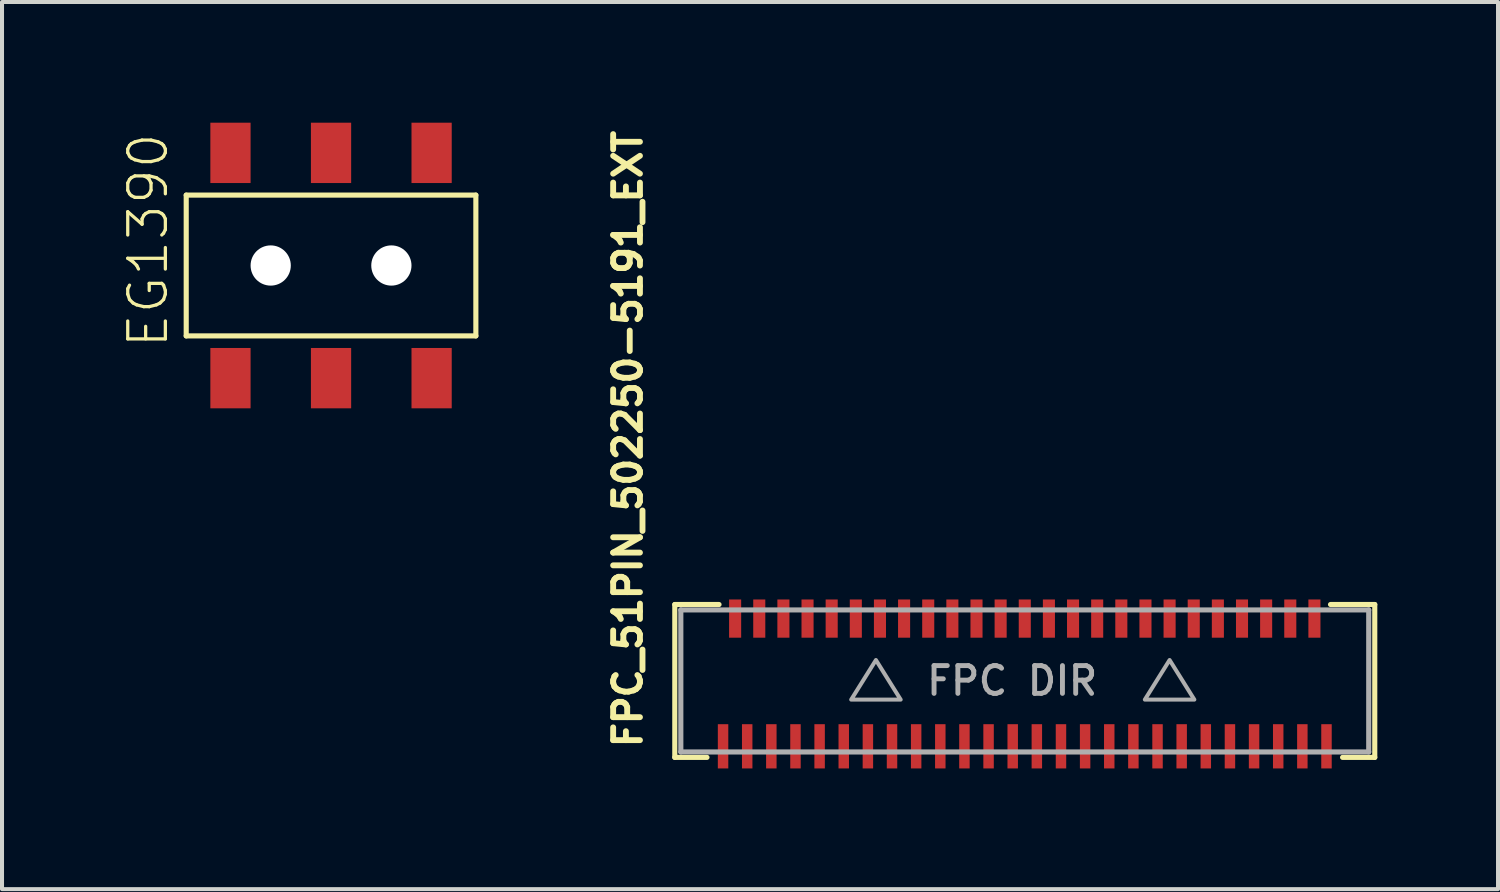
<source format=kicad_pcb>
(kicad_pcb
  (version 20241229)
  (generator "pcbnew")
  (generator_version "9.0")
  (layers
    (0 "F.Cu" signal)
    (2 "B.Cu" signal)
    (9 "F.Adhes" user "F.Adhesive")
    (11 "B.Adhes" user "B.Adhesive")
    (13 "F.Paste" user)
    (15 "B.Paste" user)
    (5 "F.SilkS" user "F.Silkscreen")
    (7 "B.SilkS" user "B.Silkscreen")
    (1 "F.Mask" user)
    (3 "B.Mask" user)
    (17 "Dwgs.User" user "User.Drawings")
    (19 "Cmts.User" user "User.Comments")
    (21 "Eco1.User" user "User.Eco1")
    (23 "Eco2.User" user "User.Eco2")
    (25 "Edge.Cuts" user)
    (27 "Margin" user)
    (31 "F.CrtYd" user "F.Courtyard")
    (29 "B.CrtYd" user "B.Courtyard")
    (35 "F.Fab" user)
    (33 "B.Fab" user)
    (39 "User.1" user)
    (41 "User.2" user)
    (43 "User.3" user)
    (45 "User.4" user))
  (footprint "EG1390"
    (layer "F.Cu")
    (at 5.179 3.55)
    (property "Reference" "EG1390" (at -4 2.1 90) (layer "F.SilkS") (effects (font (size 0.935 0.935) (thickness 0.081)) (justify left bottom)))
    (fp_line (start -3.6 -1.75) (end 3.6 -1.75) (stroke (width 0.127) (type solid)) (layer "F.SilkS"))
    (fp_line (start -3.6 1.75) (end -3.6 -1.75) (stroke (width 0.127) (type solid)) (layer "F.SilkS"))
    (fp_line (start 3.6 -1.75) (end 3.6 1.75) (stroke (width 0.127) (type solid)) (layer "F.SilkS"))
    (fp_line (start 3.6 1.75) (end -3.6 1.75) (stroke (width 0.127) (type solid)) (layer "F.SilkS"))
    (pad "" np_thru_hole circle (at -1.5 0) (size 1 1) (drill 1) (layers "*.Cu" "*.Mask"))
    (pad "" np_thru_hole circle (at 1.5 0) (size 1 1) (drill 1) (layers "*.Cu" "*.Mask"))
    (pad "O1" smd rect (at -2.5 -2.8) (size 1 1.5) (layers "F.Cu" "F.Mask" "F.Paste"))
    (pad "O2" smd rect (at -2.5 2.8) (size 1 1.5) (layers "F.Cu" "F.Mask" "F.Paste"))
    (pad "P1" smd rect (at 0 -2.8) (size 1 1.5) (layers "F.Cu" "F.Mask" "F.Paste"))
    (pad "P2" smd rect (at 0 2.8) (size 1 1.5) (layers "F.Cu" "F.Mask" "F.Paste"))
    (pad "S1" smd rect (at 2.5 -2.8) (size 1 1.5) (layers "F.Cu" "F.Mask" "F.Paste"))
    (pad "S2" smd rect (at 2.5 2.8) (size 1 1.5) (layers "F.Cu" "F.Mask" "F.Paste")))
  (footprint "FPC_51PIN_502250-5191_EXT"
    (layer "F.Cu")
    (at 22.424 13.877)
    (property "Reference" "FPC_51PIN_502250-5191_EXT" (at -9.477 1.726 90) (layer "F.SilkS") (effects (font (size 0.666 0.666) (thickness 0.146)) (justify left bottom)))
    (fp_line (start -8.7 -1.9) (end -8.7 1.9) (stroke (width 0.127) (type solid)) (layer "F.SilkS"))
    (fp_line (start -8.7 1.9) (end -7.9 1.9) (stroke (width 0.127) (type solid)) (layer "F.SilkS"))
    (fp_line (start -7.6 -1.9) (end -8.7 -1.9) (stroke (width 0.127) (type solid)) (layer "F.SilkS"))
    (fp_line (start 7.6 -1.9) (end 8.7 -1.9) (stroke (width 0.127) (type solid)) (layer "F.SilkS"))
    (fp_line (start 8.7 -1.9) (end 8.7 1.9) (stroke (width 0.127) (type solid)) (layer "F.SilkS"))
    (fp_line (start 8.7 1.9) (end 7.9 1.9) (stroke (width 0.127) (type solid)) (layer "F.SilkS"))
    (fp_line (start -8.55 -1.765) (end 8.55 -1.765) (stroke (width 0.127) (type solid)) (layer "F.Fab"))
    (fp_line (start -8.55 1.765) (end -8.55 -1.765) (stroke (width 0.127) (type solid)) (layer "F.Fab"))
    (fp_line (start 8.55 -1.765) (end 8.55 1.765) (stroke (width 0.127) (type solid)) (layer "F.Fab"))
    (fp_line (start 8.55 1.765) (end -8.55 1.765) (stroke (width 0.127) (type solid)) (layer "F.Fab"))
    (fp_poly (pts (xy -3.085 0.464) (xy -4.315 0.464) (xy -3.7 -0.52)) (stroke (width 0.1) (type default)) (fill no) (layer "F.Fab"))
    (fp_poly (pts (xy 4.215 0.464) (xy 2.985 0.464) (xy 3.6 -0.52)) (stroke (width 0.1) (type default)) (fill no) (layer "F.Fab"))
    (fp_text user "FPC DIR" (at -2.5 0.4 0) (layer "F.Fab") (effects (font (size 0.691 0.691) (thickness 0.122)) (justify left bottom)))
    (pad "1" smd rect (at 7.5 1.625) (size 0.26 1.1) (layers "F.Cu" "F.Mask" "F.Paste"))
    (pad "2" smd rect (at 7.2 -1.55) (size 0.3 0.95) (layers "F.Cu" "F.Mask" "F.Paste"))
    (pad "3" smd rect (at 6.9 1.625) (size 0.26 1.1) (layers "F.Cu" "F.Mask" "F.Paste"))
    (pad "4" smd rect (at 6.6 -1.55) (size 0.3 0.95) (layers "F.Cu" "F.Mask" "F.Paste"))
    (pad "5" smd rect (at 6.3 1.625) (size 0.26 1.1) (layers "F.Cu" "F.Mask" "F.Paste"))
    (pad "6" smd rect (at 6 -1.55) (size 0.3 0.95) (layers "F.Cu" "F.Mask" "F.Paste"))
    (pad "7" smd rect (at 5.7 1.625) (size 0.26 1.1) (layers "F.Cu" "F.Mask" "F.Paste"))
    (pad "8" smd rect (at 5.4 -1.55) (size 0.3 0.95) (layers "F.Cu" "F.Mask" "F.Paste"))
    (pad "9" smd rect (at 5.1 1.625) (size 0.26 1.1) (layers "F.Cu" "F.Mask" "F.Paste"))
    (pad "10" smd rect (at 4.8 -1.55) (size 0.3 0.95) (layers "F.Cu" "F.Mask" "F.Paste"))
    (pad "11" smd rect (at 4.5 1.625) (size 0.26 1.1) (layers "F.Cu" "F.Mask" "F.Paste"))
    (pad "12" smd rect (at 4.2 -1.55) (size 0.3 0.95) (layers "F.Cu" "F.Mask" "F.Paste"))
    (pad "13" smd rect (at 3.9 1.625) (size 0.26 1.1) (layers "F.Cu" "F.Mask" "F.Paste"))
    (pad "14" smd rect (at 3.6 -1.55) (size 0.3 0.95) (layers "F.Cu" "F.Mask" "F.Paste"))
    (pad "15" smd rect (at 3.3 1.625) (size 0.26 1.1) (layers "F.Cu" "F.Mask" "F.Paste"))
    (pad "16" smd rect (at 3 -1.55) (size 0.3 0.95) (layers "F.Cu" "F.Mask" "F.Paste"))
    (pad "17" smd rect (at 2.7 1.625) (size 0.26 1.1) (layers "F.Cu" "F.Mask" "F.Paste"))
    (pad "18" smd rect (at 2.4 -1.55) (size 0.3 0.95) (layers "F.Cu" "F.Mask" "F.Paste"))
    (pad "19" smd rect (at 2.1 1.625) (size 0.26 1.1) (layers "F.Cu" "F.Mask" "F.Paste"))
    (pad "20" smd rect (at 1.8 -1.55) (size 0.3 0.95) (layers "F.Cu" "F.Mask" "F.Paste"))
    (pad "21" smd rect (at 1.5 1.625) (size 0.26 1.1) (layers "F.Cu" "F.Mask" "F.Paste"))
    (pad "22" smd rect (at 1.2 -1.55) (size 0.3 0.95) (layers "F.Cu" "F.Mask" "F.Paste"))
    (pad "23" smd rect (at 0.9 1.625) (size 0.26 1.1) (layers "F.Cu" "F.Mask" "F.Paste"))
    (pad "24" smd rect (at 0.6 -1.55) (size 0.3 0.95) (layers "F.Cu" "F.Mask" "F.Paste"))
    (pad "25" smd rect (at 0.3 1.625) (size 0.26 1.1) (layers "F.Cu" "F.Mask" "F.Paste"))
    (pad "26" smd rect (at 0 -1.55) (size 0.3 0.95) (layers "F.Cu" "F.Mask" "F.Paste"))
    (pad "27" smd rect (at -0.3 1.625) (size 0.26 1.1) (layers "F.Cu" "F.Mask" "F.Paste"))
    (pad "28" smd rect (at -0.6 -1.55) (size 0.3 0.95) (layers "F.Cu" "F.Mask" "F.Paste"))
    (pad "29" smd rect (at -0.9 1.625) (size 0.26 1.1) (layers "F.Cu" "F.Mask" "F.Paste"))
    (pad "30" smd rect (at -1.2 -1.55) (size 0.3 0.95) (layers "F.Cu" "F.Mask" "F.Paste"))
    (pad "31" smd rect (at -1.5 1.625) (size 0.26 1.1) (layers "F.Cu" "F.Mask" "F.Paste"))
    (pad "32" smd rect (at -1.8 -1.55) (size 0.3 0.95) (layers "F.Cu" "F.Mask" "F.Paste"))
    (pad "33" smd rect (at -2.1 1.625) (size 0.26 1.1) (layers "F.Cu" "F.Mask" "F.Paste"))
    (pad "34" smd rect (at -2.4 -1.55) (size 0.3 0.95) (layers "F.Cu" "F.Mask" "F.Paste"))
    (pad "35" smd rect (at -2.7 1.625) (size 0.26 1.1) (layers "F.Cu" "F.Mask" "F.Paste"))
    (pad "36" smd rect (at -3 -1.55) (size 0.3 0.95) (layers "F.Cu" "F.Mask" "F.Paste"))
    (pad "37" smd rect (at -3.3 1.625) (size 0.26 1.1) (layers "F.Cu" "F.Mask" "F.Paste"))
    (pad "38" smd rect (at -3.6 -1.55) (size 0.3 0.95) (layers "F.Cu" "F.Mask" "F.Paste"))
    (pad "39" smd rect (at -3.9 1.625) (size 0.26 1.1) (layers "F.Cu" "F.Mask" "F.Paste"))
    (pad "40" smd rect (at -4.2 -1.55) (size 0.3 0.95) (layers "F.Cu" "F.Mask" "F.Paste"))
    (pad "41" smd rect (at -4.5 1.625) (size 0.26 1.1) (layers "F.Cu" "F.Mask" "F.Paste"))
    (pad "42" smd rect (at -4.8 -1.55) (size 0.3 0.95) (layers "F.Cu" "F.Mask" "F.Paste"))
    (pad "43" smd rect (at -5.1 1.625) (size 0.26 1.1) (layers "F.Cu" "F.Mask" "F.Paste"))
    (pad "44" smd rect (at -5.4 -1.55) (size 0.3 0.95) (layers "F.Cu" "F.Mask" "F.Paste"))
    (pad "45" smd rect (at -5.7 1.625) (size 0.26 1.1) (layers "F.Cu" "F.Mask" "F.Paste"))
    (pad "46" smd rect (at -6 -1.55) (size 0.3 0.95) (layers "F.Cu" "F.Mask" "F.Paste"))
    (pad "47" smd rect (at -6.3 1.625) (size 0.26 1.1) (layers "F.Cu" "F.Mask" "F.Paste"))
    (pad "48" smd rect (at -6.6 -1.55) (size 0.3 0.95) (layers "F.Cu" "F.Mask" "F.Paste"))
    (pad "49" smd rect (at -6.9 1.625) (size 0.26 1.1) (layers "F.Cu" "F.Mask" "F.Paste"))
    (pad "50" smd rect (at -7.2 -1.55) (size 0.3 0.95) (layers "F.Cu" "F.Mask" "F.Paste"))
    (pad "51" smd rect (at -7.5 1.625) (size 0.26 1.1) (layers "F.Cu" "F.Mask" "F.Paste")))
  (gr_rect
    (start -3 -3)
    (end 34.188 19.052)
    (stroke (width 0.1) (type default))
    (fill no)
    (layer "Edge.Cuts")))
</source>
